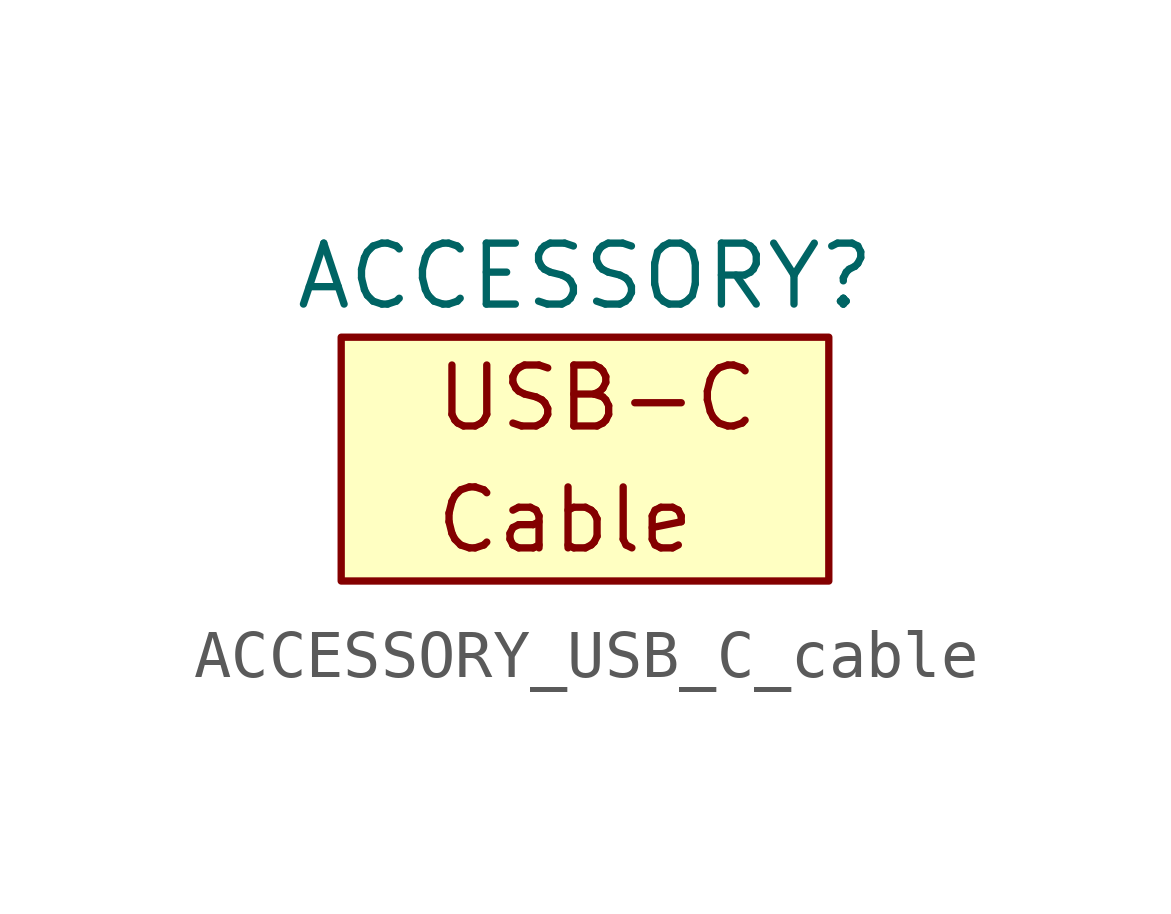
<source format=kicad_sym>
(kicad_symbol_lib
  (version 20220914)
  (generator kicad_symbol_editor)
  (symbol "ACCESSORY_USB_C_cable"
    (property "Reference" "ACCESSORY"
      (at 0 3.81 0)
      (effects (font (size 1.27 1.27))))
    (symbol "ACCESSORY_USB_C_cable_0_0"
      (text "Cable" (at -3.175 -1.27 0) (effects (font (size 1.27 1.27)) (justify left)))
      (text "USB-C" (at -3.175 1.27 0) (effects (font (size 1.27 1.27)) (justify left))))
    (symbol "ACCESSORY_USB_C_cable_0_1"
      (rectangle (start -5.08 2.54) (end 5.08 -2.54) (stroke (width 0) (type default)) (fill (type background))))))
</source>
